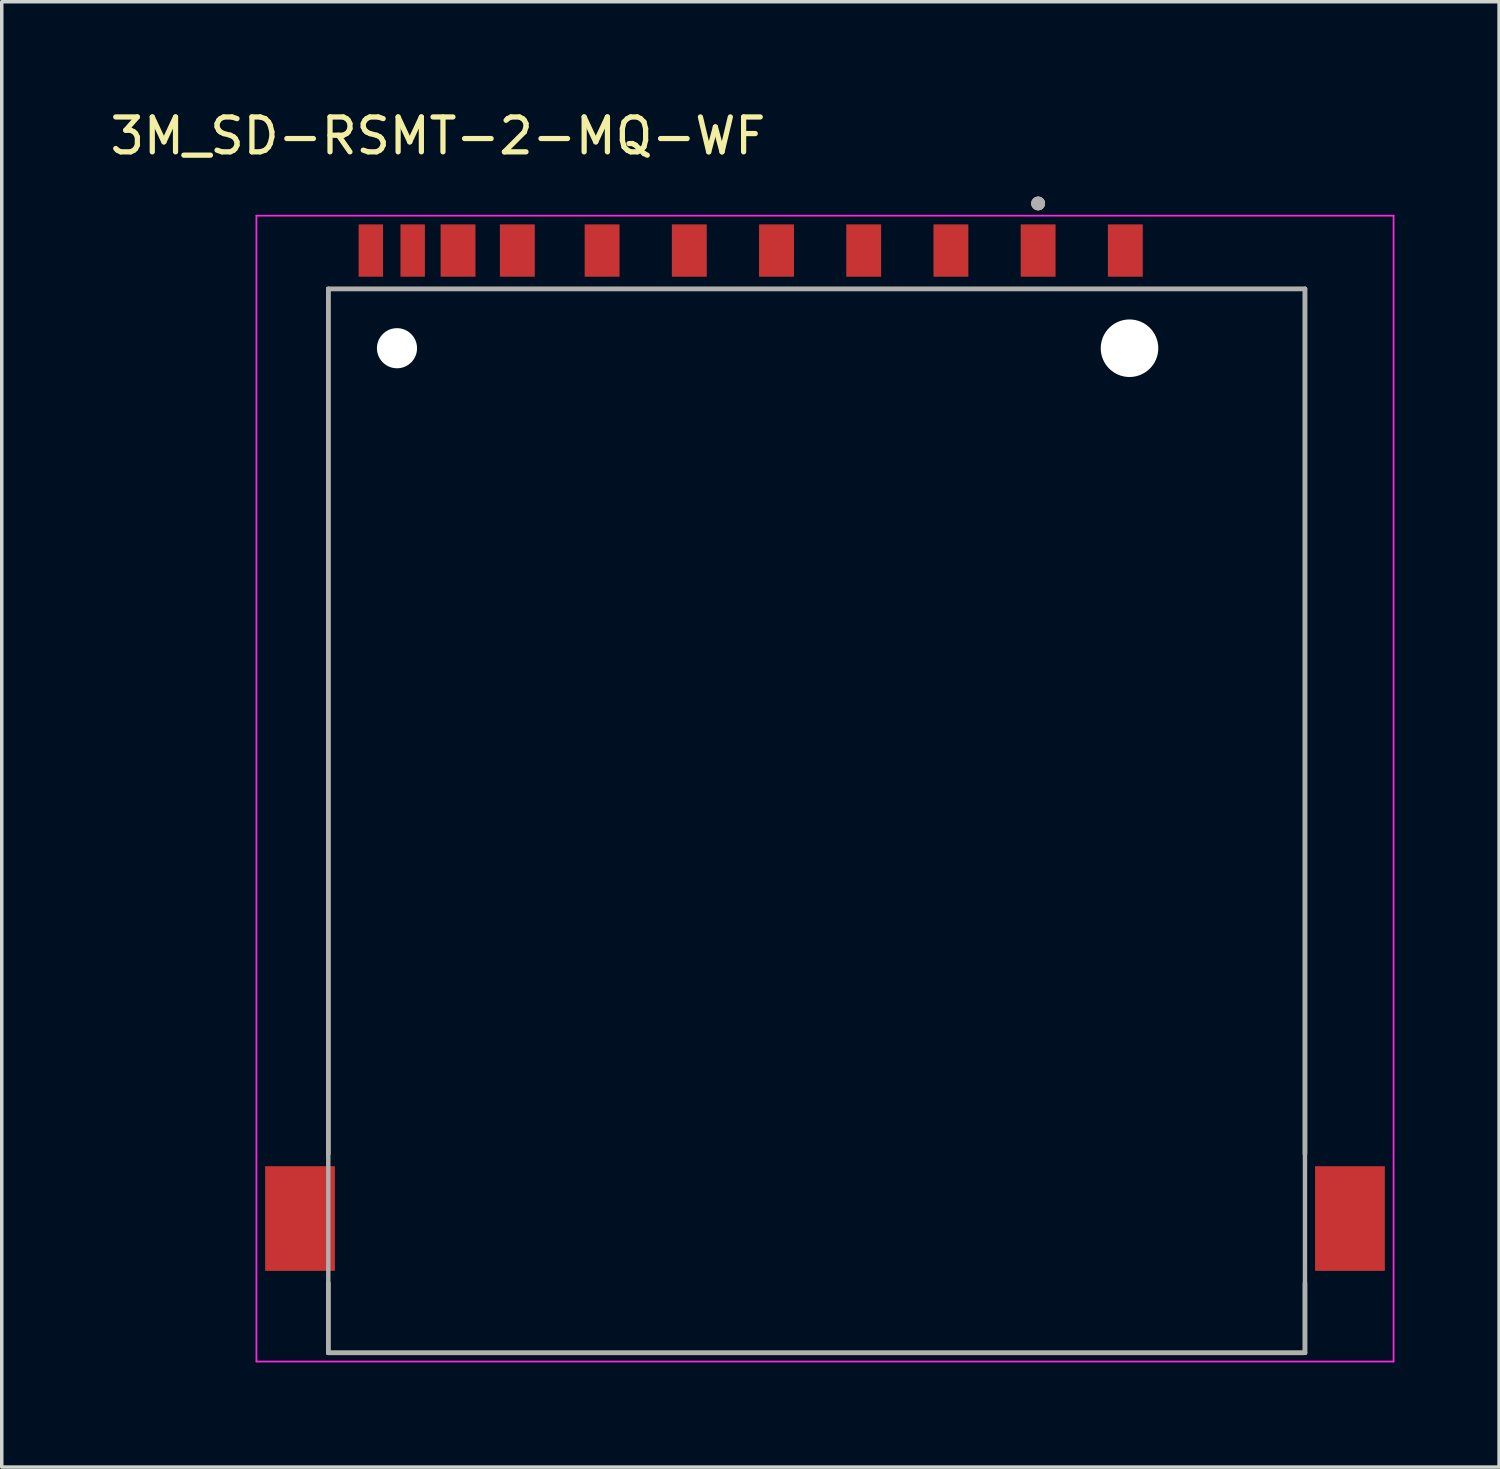
<source format=kicad_pcb>
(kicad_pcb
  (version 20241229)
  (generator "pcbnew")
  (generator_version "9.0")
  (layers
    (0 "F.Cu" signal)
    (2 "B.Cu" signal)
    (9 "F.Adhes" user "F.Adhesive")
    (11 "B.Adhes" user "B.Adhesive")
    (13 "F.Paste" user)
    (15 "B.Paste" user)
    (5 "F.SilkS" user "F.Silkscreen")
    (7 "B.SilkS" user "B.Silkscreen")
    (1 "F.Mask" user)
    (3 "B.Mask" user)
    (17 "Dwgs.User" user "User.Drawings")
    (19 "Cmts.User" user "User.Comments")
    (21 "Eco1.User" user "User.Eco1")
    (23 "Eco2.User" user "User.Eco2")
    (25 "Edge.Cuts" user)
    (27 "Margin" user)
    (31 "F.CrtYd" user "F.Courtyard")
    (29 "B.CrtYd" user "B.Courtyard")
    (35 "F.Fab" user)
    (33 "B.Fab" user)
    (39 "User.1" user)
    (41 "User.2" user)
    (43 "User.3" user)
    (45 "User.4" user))
  (footprint "3M_SD-RSMT-2-MQ-WF"
    (layer "F.Cu")
    (at 19.831 20.483)
    (property "Reference" "3M_SD-RSMT-2-MQ-WF" (at -10.325 -19.635 0) (layer "F.SilkS") (effects (font (size 1 1) (thickness 0.15))))
    (attr smd)
    (fp_line (start -13.47 -15.25) (end 14.53 -15.25) (stroke (width 0.127) (type solid)) (layer "F.SilkS"))
    (fp_line (start -13.47 9.55) (end -13.47 -15.25) (stroke (width 0.127) (type solid)) (layer "F.SilkS"))
    (fp_line (start -13.47 15.25) (end -13.47 13.25) (stroke (width 0.127) (type solid)) (layer "F.SilkS"))
    (fp_line (start 14.53 -15.25) (end 14.53 9.55) (stroke (width 0.127) (type solid)) (layer "F.SilkS"))
    (fp_line (start 14.53 13.25) (end 14.53 15.25) (stroke (width 0.127) (type solid)) (layer "F.SilkS"))
    (fp_line (start 14.53 15.25) (end -13.47 15.25) (stroke (width 0.127) (type solid)) (layer "F.SilkS"))
    (fp_circle (center 6.88 -17.7) (end 6.98 -17.7) (stroke (width 0.2) (type solid)) (fill no) (layer "F.SilkS"))
    (fp_line (start -15.53 -17.35) (end -15.53 15.5) (stroke (width 0.05) (type solid)) (layer "F.CrtYd"))
    (fp_line (start -15.53 15.5) (end 17.07 15.5) (stroke (width 0.05) (type solid)) (layer "F.CrtYd"))
    (fp_line (start 17.07 -17.35) (end -15.53 -17.35) (stroke (width 0.05) (type solid)) (layer "F.CrtYd"))
    (fp_line (start 17.07 15.5) (end 17.07 -17.35) (stroke (width 0.05) (type solid)) (layer "F.CrtYd"))
    (fp_line (start -13.47 -15.25) (end 14.53 -15.25) (stroke (width 0.127) (type solid)) (layer "F.Fab"))
    (fp_line (start -13.47 15.25) (end -13.47 -15.25) (stroke (width 0.127) (type solid)) (layer "F.Fab"))
    (fp_line (start 14.53 -15.25) (end 14.53 15.25) (stroke (width 0.127) (type solid)) (layer "F.Fab"))
    (fp_line (start 14.53 15.25) (end -13.47 15.25) (stroke (width 0.127) (type solid)) (layer "F.Fab"))
    (fp_circle (center 6.88 -17.7) (end 6.98 -17.7) (stroke (width 0.2) (type solid)) (fill no) (layer "F.Fab"))
    (pad "" np_thru_hole circle (at -11.5 -13.55) (size 1.15 1.15) (drill 1.15) (layers "*.Cu" "*.Mask"))
    (pad "" np_thru_hole circle (at 9.5 -13.55) (size 1.65 1.65) (drill 1.65) (layers "*.Cu" "*.Mask"))
    (pad "1" smd rect (at 6.88 -16.35) (size 1 1.5) (layers "F.Cu" "F.Mask" "F.Paste"))
    (pad "2" smd rect (at 4.38 -16.35) (size 1 1.5) (layers "F.Cu" "F.Mask" "F.Paste"))
    (pad "3" smd rect (at 1.88 -16.35) (size 1 1.5) (layers "F.Cu" "F.Mask" "F.Paste"))
    (pad "4" smd rect (at -0.62 -16.35) (size 1 1.5) (layers "F.Cu" "F.Mask" "F.Paste"))
    (pad "5" smd rect (at -3.12 -16.35) (size 1 1.5) (layers "F.Cu" "F.Mask" "F.Paste"))
    (pad "6" smd rect (at -5.62 -16.35) (size 1 1.5) (layers "F.Cu" "F.Mask" "F.Paste"))
    (pad "7" smd rect (at -8.05 -16.35) (size 1 1.5) (layers "F.Cu" "F.Mask" "F.Paste"))
    (pad "8" smd rect (at -9.75 -16.35) (size 1 1.5) (layers "F.Cu" "F.Mask" "F.Paste"))
    (pad "9" smd rect (at 9.38 -16.35) (size 1 1.5) (layers "F.Cu" "F.Mask" "F.Paste"))
    (pad "CDI" smd rect (at -11.05 -16.35) (size 0.7 1.5) (layers "F.Cu" "F.Mask" "F.Paste"))
    (pad "G1" smd rect (at -14.28 11.4) (size 2 3) (layers "F.Cu" "F.Mask" "F.Paste"))
    (pad "G2" smd rect (at 15.82 11.4) (size 2 3) (layers "F.Cu" "F.Mask" "F.Paste"))
    (pad "WP" smd rect (at -12.25 -16.35) (size 0.7 1.5) (layers "F.Cu" "F.Mask" "F.Paste")))
  (gr_rect
    (start -3 -3)
    (end 39.926 39.008)
    (stroke (width 0.1) (type default))
    (fill no)
    (layer "Edge.Cuts")))
</source>
